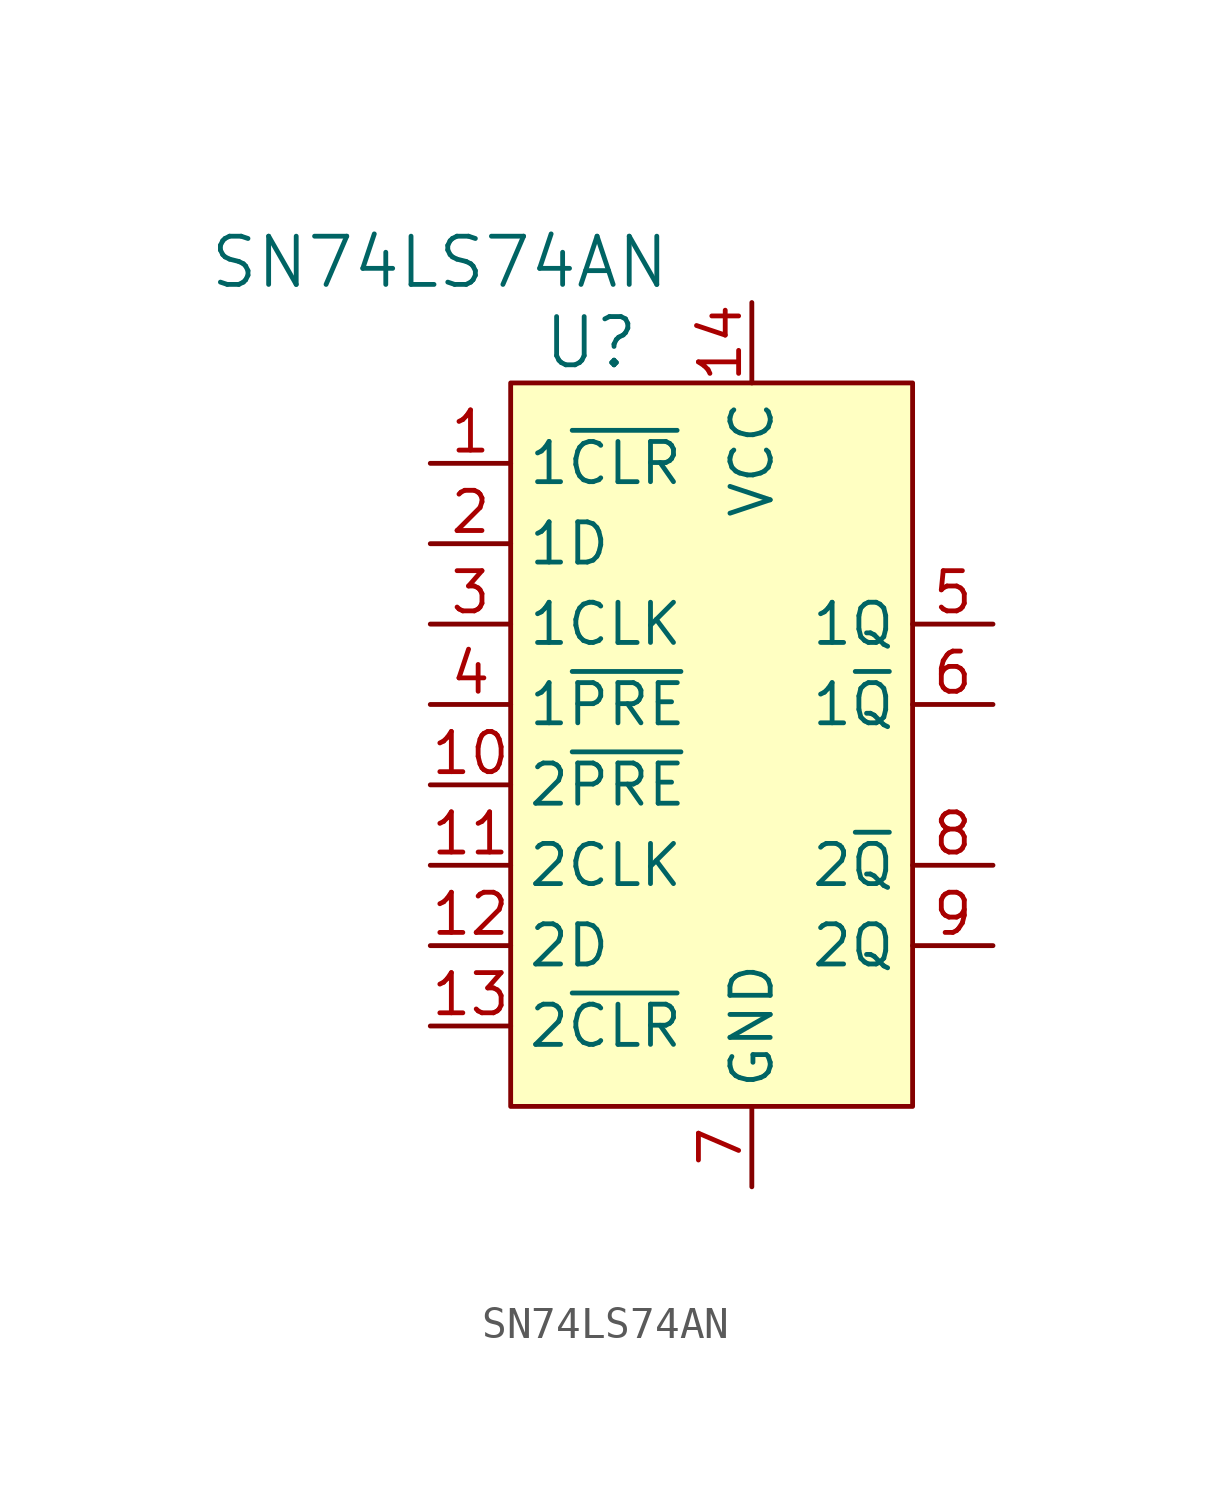
<source format=kicad_sym>
(kicad_symbol_lib
  (version 20231120)
  (generator "kicad_symbol_editor")
  (generator_version "8.0")
  (symbol "SN74LS74AN"
    (property "Reference" "U"
      (at -2.54 11.43 0)
      (effects (font (size 1.524 1.524))))
    (property "Value" "SN74LS74AN"
      (at 0 13.97 0)
      (effects (font (size 1.524 1.524)) (justify right)))
    (symbol "SN74LS74AN_0_1"
      (rectangle (start -5.08 10.16) (end 7.62 -12.7) (stroke (width 0) (type solid)) (fill (type background))))
    (symbol "SN74LS74AN_1_1"
      (pin input line (at -7.62 7.62 0) (length 2.54) (name "1~{CLR}" (effects (font (size 1.27 1.27)))) (number "1" (effects (font (size 1.27 1.27)))))
      (pin input line (at -7.62 -2.54 0) (length 2.54) (name "2~{PRE}" (effects (font (size 1.27 1.27)))) (number "10" (effects (font (size 1.27 1.27)))))
      (pin input line (at -7.62 -5.08 0) (length 2.54) (name "2CLK" (effects (font (size 1.27 1.27)))) (number "11" (effects (font (size 1.27 1.27)))))
      (pin input line (at -7.62 -7.62 0) (length 2.54) (name "2D" (effects (font (size 1.27 1.27)))) (number "12" (effects (font (size 1.27 1.27)))))
      (pin input line (at -7.62 -10.16 0) (length 2.54) (name "2~{CLR}" (effects (font (size 1.27 1.27)))) (number "13" (effects (font (size 1.27 1.27)))))
      (pin power_in line (at 2.54 12.7 270) (length 2.54) (name "VCC" (effects (font (size 1.27 1.27)))) (number "14" (effects (font (size 1.27 1.27)))))
      (pin input line (at -7.62 5.08 0) (length 2.54) (name "1D" (effects (font (size 1.27 1.27)))) (number "2" (effects (font (size 1.27 1.27)))))
      (pin input line (at -7.62 2.54 0) (length 2.54) (name "1CLK" (effects (font (size 1.27 1.27)))) (number "3" (effects (font (size 1.27 1.27)))))
      (pin input line (at -7.62 0 0) (length 2.54) (name "1~{PRE}" (effects (font (size 1.27 1.27)))) (number "4" (effects (font (size 1.27 1.27)))))
      (pin output line (at 10.16 2.54 180) (length 2.54) (name "1Q" (effects (font (size 1.27 1.27)))) (number "5" (effects (font (size 1.27 1.27)))))
      (pin output line (at 10.16 0 180) (length 2.54) (name "1~{Q}" (effects (font (size 1.27 1.27)))) (number "6" (effects (font (size 1.27 1.27)))))
      (pin power_in line (at 2.54 -15.24 90) (length 2.54) (name "GND" (effects (font (size 1.27 1.27)))) (number "7" (effects (font (size 1.27 1.27)))))
      (pin output line (at 10.16 -5.08 180) (length 2.54) (name "2~{Q}" (effects (font (size 1.27 1.27)))) (number "8" (effects (font (size 1.27 1.27)))))
      (pin output line (at 10.16 -7.62 180) (length 2.54) (name "2Q" (effects (font (size 1.27 1.27)))) (number "9" (effects (font (size 1.27 1.27))))))))
</source>
